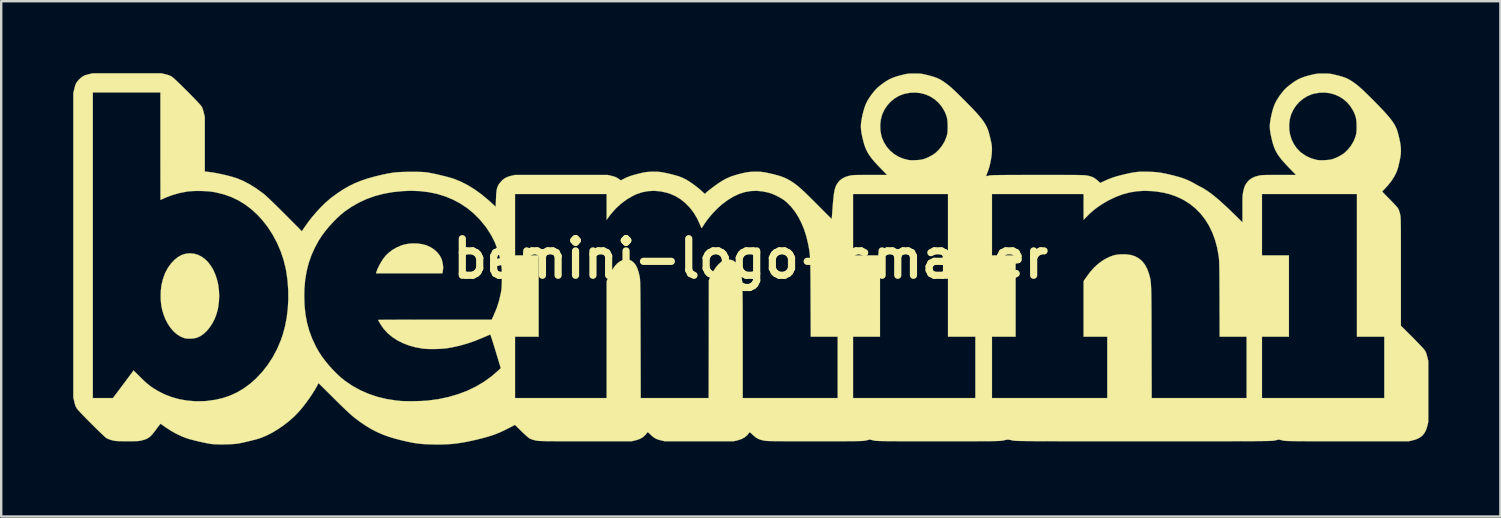
<source format=kicad_pcb>
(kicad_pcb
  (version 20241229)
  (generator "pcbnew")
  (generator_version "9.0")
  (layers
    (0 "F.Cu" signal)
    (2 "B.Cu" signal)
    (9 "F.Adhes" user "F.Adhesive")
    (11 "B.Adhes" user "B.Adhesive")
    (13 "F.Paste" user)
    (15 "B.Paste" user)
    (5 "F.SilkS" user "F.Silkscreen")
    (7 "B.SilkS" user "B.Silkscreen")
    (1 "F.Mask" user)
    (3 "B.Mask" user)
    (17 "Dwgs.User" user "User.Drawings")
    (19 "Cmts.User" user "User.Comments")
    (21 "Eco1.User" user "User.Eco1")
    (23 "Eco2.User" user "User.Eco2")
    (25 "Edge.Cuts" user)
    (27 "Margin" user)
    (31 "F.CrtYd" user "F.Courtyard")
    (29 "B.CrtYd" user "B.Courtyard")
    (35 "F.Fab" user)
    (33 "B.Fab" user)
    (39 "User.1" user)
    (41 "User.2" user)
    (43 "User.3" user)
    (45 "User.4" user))
  (footprint "bemini-logo-smaller"
    (layer "F.Cu")
    (at 28.221 7.729)
    (property "Reference" "bemini-logo-smaller" (at 0 0 0) (layer "F.SilkS") (effects (font (size 1.524 1.524) (thickness 0.3))))
    (attr through_hole)
    (fp_poly (pts (xy -13.871 -0.632) (xy -13.686 -0.607) (xy -13.519 -0.563) (xy -13.507 -0.558) (xy -13.338 -0.483) (xy -13.187 -0.385) (xy -13.057 -0.268) (xy -12.952 -0.136) (xy -12.877 0.006) (xy -12.876 0.009) (xy -12.852 0.085) (xy -12.832 0.175) (xy -12.817 0.268) (xy -12.809 0.353) (xy -12.811 0.418) (xy -12.811 0.422) (xy -12.821 0.485) (xy -12.83 0.544) (xy -12.84 0.605) (xy -15.605 0.605) (xy -15.593 0.566) (xy -15.542 0.428) (xy -15.471 0.28) (xy -15.389 0.132) (xy -15.3 -0.005) (xy -15.21 -0.12) (xy -15.204 -0.127) (xy -15.066 -0.259) (xy -14.904 -0.378) (xy -14.725 -0.479) (xy -14.538 -0.557) (xy -14.437 -0.588) (xy -14.257 -0.623) (xy -14.065 -0.637) (xy -13.871 -0.632)) (stroke (width 0.01) (type solid)) (fill yes) (layer "F.SilkS"))
    (fp_poly (pts (xy -23.182 -0.208) (xy -23.02 -0.16) (xy -22.868 -0.083) (xy -22.728 0.02) (xy -22.599 0.148) (xy -22.485 0.299) (xy -22.384 0.469) (xy -22.3 0.657) (xy -22.232 0.861) (xy -22.182 1.077) (xy -22.151 1.304) (xy -22.14 1.54) (xy -22.15 1.782) (xy -22.183 2.028) (xy -22.203 2.129) (xy -22.259 2.329) (xy -22.335 2.52) (xy -22.429 2.7) (xy -22.537 2.864) (xy -22.658 3.009) (xy -22.788 3.131) (xy -22.925 3.225) (xy -23.066 3.289) (xy -23.067 3.29) (xy -23.157 3.311) (xy -23.265 3.324) (xy -23.379 3.329) (xy -23.487 3.325) (xy -23.575 3.311) (xy -23.584 3.309) (xy -23.741 3.247) (xy -23.891 3.154) (xy -24.031 3.033) (xy -24.16 2.886) (xy -24.276 2.716) (xy -24.376 2.525) (xy -24.459 2.318) (xy -24.521 2.096) (xy -24.545 1.978) (xy -24.563 1.838) (xy -24.573 1.676) (xy -24.575 1.505) (xy -24.569 1.336) (xy -24.555 1.183) (xy -24.545 1.114) (xy -24.484 0.852) (xy -24.397 0.611) (xy -24.283 0.393) (xy -24.143 0.197) (xy -24.008 0.053) (xy -23.862 -0.066) (xy -23.711 -0.151) (xy -23.551 -0.204) (xy -23.381 -0.224) (xy -23.352 -0.225) (xy -23.182 -0.208)) (stroke (width 0.01) (type solid)) (fill yes) (layer "F.SilkS"))
    (fp_poly (pts (xy -24.365 -7.68) (xy -24.276 -7.657) (xy -24.211 -7.635) (xy -24.156 -7.609) (xy -24.101 -7.574) (xy -24.071 -7.552) (xy -24.032 -7.519) (xy -23.972 -7.465) (xy -23.896 -7.393) (xy -23.806 -7.306) (xy -23.706 -7.209) (xy -23.599 -7.103) (xy -23.489 -6.994) (xy -23.378 -6.883) (xy -23.271 -6.774) (xy -23.171 -6.671) (xy -23.08 -6.577) (xy -23.003 -6.495) (xy -22.943 -6.429) (xy -22.902 -6.382) (xy -22.891 -6.367) (xy -22.856 -6.312) (xy -22.828 -6.247) (xy -22.802 -6.163) (xy -22.784 -6.094) (xy -22.739 -5.907) (xy -22.739 -3.633) (xy -22.554 -3.612) (xy -22.41 -3.593) (xy -22.245 -3.564) (xy -22.07 -3.528) (xy -21.891 -3.488) (xy -21.718 -3.444) (xy -21.558 -3.4) (xy -21.421 -3.357) (xy -21.374 -3.34) (xy -21.129 -3.236) (xy -20.881 -3.107) (xy -20.628 -2.95) (xy -20.366 -2.763) (xy -20.277 -2.695) (xy -20.226 -2.652) (xy -20.153 -2.586) (xy -20.06 -2.5) (xy -19.951 -2.395) (xy -19.825 -2.274) (xy -19.687 -2.138) (xy -19.538 -1.99) (xy -19.399 -1.852) (xy -18.695 -1.144) (xy -18.589 -1.302) (xy -18.432 -1.524) (xy -18.26 -1.744) (xy -18.078 -1.957) (xy -17.891 -2.157) (xy -17.705 -2.339) (xy -17.524 -2.496) (xy -17.443 -2.56) (xy -17.197 -2.739) (xy -16.96 -2.894) (xy -16.726 -3.028) (xy -16.488 -3.144) (xy -16.24 -3.245) (xy -15.975 -3.335) (xy -15.686 -3.417) (xy -15.496 -3.464) (xy -15.314 -3.506) (xy -15.157 -3.539) (xy -15.017 -3.565) (xy -14.888 -3.585) (xy -14.76 -3.6) (xy -14.627 -3.609) (xy -14.481 -3.615) (xy -14.315 -3.618) (xy -14.151 -3.619) (xy -13.989 -3.619) (xy -13.857 -3.618) (xy -13.748 -3.616) (xy -13.659 -3.612) (xy -13.583 -3.607) (xy -13.516 -3.6) (xy -13.452 -3.591) (xy -13.434 -3.588) (xy -13.306 -3.565) (xy -13.16 -3.535) (xy -13.003 -3.5) (xy -12.844 -3.462) (xy -12.69 -3.423) (xy -12.549 -3.386) (xy -12.43 -3.351) (xy -12.372 -3.332) (xy -12.082 -3.216) (xy -11.79 -3.068) (xy -11.496 -2.887) (xy -11.204 -2.675) (xy -10.914 -2.434) (xy -10.833 -2.361) (xy -10.618 -2.163) (xy -10.607 -2.485) (xy -10.6 -2.641) (xy -10.596 -2.696) (xy -9.814 -2.696) (xy -9.814 -0.138) (xy -8.83 -0.138) (xy -8.83 3.248) (xy -9.814 3.248) (xy -9.814 5.806) (xy -5.996 5.806) (xy -5.996 0.938) (xy -5.943 0.81) (xy -5.878 0.666) (xy -5.803 0.527) (xy -5.722 0.4) (xy -5.641 0.29) (xy -5.562 0.204) (xy -5.53 0.176) (xy -5.44 0.111) (xy -5.358 0.07) (xy -5.27 0.049) (xy -5.174 0.044) (xy -5.1 0.045) (xy -5.048 0.051) (xy -5.006 0.064) (xy -4.962 0.088) (xy -4.949 0.096) (xy -4.861 0.168) (xy -4.784 0.267) (xy -4.72 0.396) (xy -4.666 0.555) (xy -4.622 0.746) (xy -4.618 0.769) (xy -4.614 0.794) (xy -4.611 0.824) (xy -4.607 0.861) (xy -4.605 0.907) (xy -4.602 0.963) (xy -4.6 1.032) (xy -4.598 1.114) (xy -4.596 1.212) (xy -4.594 1.328) (xy -4.592 1.462) (xy -4.591 1.618) (xy -4.59 1.796) (xy -4.589 1.999) (xy -4.588 2.228) (xy -4.587 2.485) (xy -4.586 2.771) (xy -4.585 3.089) (xy -4.584 3.365) (xy -4.578 5.806) (xy -1.746 5.806) (xy -1.741 3.348) (xy -1.737 0.89) (xy -1.648 0.706) (xy -1.548 0.517) (xy -1.447 0.361) (xy -1.344 0.238) (xy -1.237 0.145) (xy -1.125 0.081) (xy -1.006 0.046) (xy -0.947 0.038) (xy -0.827 0.044) (xy -0.721 0.08) (xy -0.627 0.147) (xy -0.547 0.245) (xy -0.479 0.374) (xy -0.424 0.534) (xy -0.381 0.726) (xy -0.35 0.95) (xy -0.346 0.994) (xy -0.343 1.04) (xy -0.341 1.119) (xy -0.339 1.231) (xy -0.337 1.373) (xy -0.335 1.545) (xy -0.333 1.744) (xy -0.332 1.971) (xy -0.331 2.224) (xy -0.33 2.501) (xy -0.329 2.801) (xy -0.328 3.123) (xy -0.328 3.465) (xy -0.328 3.495) (xy -0.328 5.806) (xy 3.629 5.806) (xy 3.629 3.248) (xy 2.508 3.248) (xy 2.501 1.62) (xy 2.499 1.335) (xy 2.498 1.082) (xy 2.497 0.859) (xy 2.495 0.662) (xy 2.493 0.49) (xy 2.491 0.34) (xy 2.488 0.21) (xy 2.484 0.096) (xy 2.48 -0.003) (xy 2.475 -0.09) (xy 2.469 -0.169) (xy 2.462 -0.24) (xy 2.453 -0.307) (xy 2.443 -0.372) (xy 2.432 -0.438) (xy 2.419 -0.507) (xy 2.405 -0.582) (xy 2.4 -0.605) (xy 2.328 -0.916) (xy 2.234 -1.211) (xy 2.121 -1.487) (xy 1.99 -1.742) (xy 1.843 -1.973) (xy 1.68 -2.178) (xy 1.503 -2.354) (xy 1.402 -2.437) (xy 1.293 -2.51) (xy 1.162 -2.584) (xy 1.021 -2.653) (xy 0.88 -2.712) (xy 0.751 -2.754) (xy 0.743 -2.756) (xy 0.487 -2.809) (xy 0.238 -2.83) (xy -0.005 -2.819) (xy -0.244 -2.776) (xy -0.481 -2.699) (xy -0.716 -2.59) (xy -0.951 -2.446) (xy -1.188 -2.269) (xy -1.218 -2.244) (xy -1.377 -2.101) (xy -1.536 -1.94) (xy -1.688 -1.767) (xy -1.826 -1.592) (xy -1.943 -1.422) (xy -1.973 -1.374) (xy -2.003 -1.325) (xy -2.028 -1.291) (xy -2.04 -1.279) (xy -2.05 -1.294) (xy -2.069 -1.333) (xy -2.094 -1.391) (xy -2.107 -1.421) (xy -2.227 -1.681) (xy -2.369 -1.918) (xy -2.532 -2.13) (xy -2.714 -2.317) (xy -2.913 -2.477) (xy -3.128 -2.608) (xy -3.357 -2.709) (xy -3.508 -2.756) (xy -3.77 -2.81) (xy -4.027 -2.83) (xy -4.278 -2.816) (xy -4.522 -2.769) (xy -4.761 -2.687) (xy -4.88 -2.632) (xy -5.141 -2.483) (xy -5.385 -2.304) (xy -5.611 -2.098) (xy -5.814 -1.868) (xy -5.899 -1.756) (xy -5.996 -1.621) (xy -5.996 -2.696) (xy -9.814 -2.696) (xy -10.596 -2.696) (xy -10.59 -2.768) (xy -10.576 -2.871) (xy -10.556 -2.956) (xy -10.528 -3.029) (xy -10.492 -3.095) (xy -10.446 -3.159) (xy -10.442 -3.165) (xy -10.341 -3.276) (xy -10.23 -3.358) (xy -10.102 -3.418) (xy -9.984 -3.452) (xy -9.817 -3.49) (xy -7.885 -3.49) (xy -5.953 -3.49) (xy -5.782 -3.449) (xy -5.686 -3.423) (xy -5.612 -3.396) (xy -5.548 -3.362) (xy -5.509 -3.335) (xy -5.406 -3.263) (xy -5.287 -3.325) (xy -5.191 -3.373) (xy -5.094 -3.414) (xy -4.986 -3.453) (xy -4.863 -3.491) (xy -4.715 -3.53) (xy -4.657 -3.545) (xy -4.54 -3.573) (xy -4.444 -3.594) (xy -4.36 -3.607) (xy -4.274 -3.616) (xy -4.177 -3.622) (xy -4.135 -3.624) (xy -4.019 -3.626) (xy -3.915 -3.625) (xy -3.816 -3.618) (xy -3.713 -3.606) (xy -3.6 -3.586) (xy -3.468 -3.558) (xy -3.318 -3.523) (xy -3.131 -3.474) (xy -2.972 -3.425) (xy -2.834 -3.371) (xy -2.709 -3.31) (xy -2.614 -3.255) (xy -2.492 -3.175) (xy -2.362 -3.083) (xy -2.235 -2.986) (xy -2.118 -2.892) (xy -2.028 -2.811) (xy -1.909 -2.699) (xy -1.832 -2.769) (xy -1.758 -2.831) (xy -1.665 -2.905) (xy -1.559 -2.986) (xy -1.45 -3.065) (xy -1.346 -3.139) (xy -1.277 -3.185) (xy -1.149 -3.264) (xy -1.03 -3.33) (xy -0.91 -3.386) (xy -0.783 -3.436) (xy -0.641 -3.482) (xy -0.475 -3.528) (xy -0.406 -3.545) (xy -0.289 -3.573) (xy -0.194 -3.594) (xy -0.109 -3.607) (xy -0.024 -3.616) (xy 0.074 -3.622) (xy 0.116 -3.624) (xy 0.233 -3.626) (xy 0.339 -3.625) (xy 0.44 -3.618) (xy 0.545 -3.605) (xy 0.661 -3.584) (xy 0.796 -3.555) (xy 0.927 -3.525) (xy 1.102 -3.48) (xy 1.249 -3.436) (xy 1.376 -3.39) (xy 1.49 -3.339) (xy 1.598 -3.282) (xy 1.608 -3.276) (xy 1.688 -3.228) (xy 1.765 -3.179) (xy 1.839 -3.127) (xy 1.916 -3.069) (xy 1.996 -3.003) (xy 2.084 -2.928) (xy 2.181 -2.839) (xy 2.291 -2.735) (xy 2.416 -2.614) (xy 2.559 -2.473) (xy 2.723 -2.31) (xy 2.74 -2.292) (xy 3.381 -1.65) (xy 3.42 -2.167) (xy 3.436 -2.363) (xy 3.452 -2.528) (xy 3.468 -2.666) (xy 3.472 -2.696) (xy 4.268 -2.696) (xy 4.268 -0.138) (xy 5.391 -0.138) (xy 5.391 3.248) (xy 4.268 3.248) (xy 4.268 5.806) (xy 9.365 5.806) (xy 9.365 3.248) (xy 8.225 3.248) (xy 8.225 -2.696) (xy 10.056 -2.696) (xy 10.056 -0.138) (xy 11.041 -0.138) (xy 11.041 3.248) (xy 10.056 3.248) (xy 10.056 5.806) (xy 14.86 5.806) (xy 14.86 3.248) (xy 13.875 3.248) (xy 13.875 0.934) (xy 13.972 0.791) (xy 14.137 0.567) (xy 14.305 0.375) (xy 14.48 0.213) (xy 14.663 0.078) (xy 14.857 -0.031) (xy 14.88 -0.042) (xy 15.007 -0.098) (xy 15.119 -0.137) (xy 15.231 -0.163) (xy 15.355 -0.178) (xy 15.448 -0.184) (xy 15.662 -0.182) (xy 15.856 -0.153) (xy 16.029 -0.095) (xy 16.181 -0.01) (xy 16.314 0.104) (xy 16.426 0.245) (xy 16.518 0.415) (xy 16.591 0.613) (xy 16.595 0.625) (xy 16.609 0.674) (xy 16.622 0.72) (xy 16.633 0.763) (xy 16.644 0.805) (xy 16.653 0.849) (xy 16.661 0.897) (xy 16.668 0.95) (xy 16.674 1.011) (xy 16.68 1.08) (xy 16.684 1.16) (xy 16.688 1.254) (xy 16.691 1.362) (xy 16.694 1.487) (xy 16.696 1.631) (xy 16.698 1.795) (xy 16.699 1.981) (xy 16.701 2.192) (xy 16.702 2.429) (xy 16.702 2.694) (xy 16.703 2.989) (xy 16.704 3.315) (xy 16.704 3.469) (xy 16.71 5.806) (xy 20.666 5.806) (xy 20.666 3.248) (xy 19.544 3.248) (xy 19.538 1.672) (xy 19.537 1.398) (xy 19.536 1.156) (xy 19.535 0.944) (xy 19.534 0.759) (xy 19.532 0.6) (xy 19.53 0.463) (xy 19.528 0.346) (xy 19.526 0.247) (xy 19.524 0.164) (xy 19.521 0.094) (xy 19.517 0.035) (xy 19.513 -0.016) (xy 19.509 -0.061) (xy 19.504 -0.102) (xy 19.501 -0.121) (xy 19.437 -0.469) (xy 19.347 -0.796) (xy 19.233 -1.102) (xy 19.094 -1.385) (xy 18.931 -1.646) (xy 18.746 -1.882) (xy 18.537 -2.094) (xy 18.307 -2.28) (xy 18.055 -2.44) (xy 17.927 -2.507) (xy 17.693 -2.61) (xy 17.453 -2.691) (xy 17.202 -2.753) (xy 16.932 -2.797) (xy 16.726 -2.818) (xy 16.409 -2.83) (xy 16.102 -2.812) (xy 15.802 -2.764) (xy 15.507 -2.686) (xy 15.213 -2.576) (xy 14.916 -2.433) (xy 14.704 -2.312) (xy 14.497 -2.179) (xy 14.312 -2.04) (xy 14.138 -1.888) (xy 14.052 -1.803) (xy 13.875 -1.625) (xy 13.875 -2.696) (xy 10.056 -2.696) (xy 8.225 -2.696) (xy 4.268 -2.696) (xy 3.472 -2.696) (xy 3.485 -2.781) (xy 3.505 -2.877) (xy 3.528 -2.957) (xy 3.554 -3.026) (xy 3.586 -3.088) (xy 3.621 -3.145) (xy 3.712 -3.255) (xy 3.818 -3.34) (xy 3.946 -3.405) (xy 4.09 -3.449) (xy 4.133 -3.459) (xy 4.172 -3.468) (xy 4.213 -3.474) (xy 4.257 -3.48) (xy 4.31 -3.483) (xy 4.376 -3.486) (xy 4.457 -3.488) (xy 4.559 -3.489) (xy 4.684 -3.49) (xy 4.837 -3.49) (xy 4.975 -3.49) (xy 5.691 -3.49) (xy 5.398 -3.788) (xy 5.246 -3.948) (xy 5.118 -4.091) (xy 5.012 -4.223) (xy 4.924 -4.348) (xy 4.852 -4.472) (xy 4.793 -4.598) (xy 4.744 -4.733) (xy 4.702 -4.879) (xy 4.693 -4.916) (xy 4.652 -5.088) (xy 4.622 -5.235) (xy 4.603 -5.365) (xy 4.596 -5.486) (xy 4.598 -5.57) (xy 5.399 -5.57) (xy 5.407 -5.352) (xy 5.444 -5.14) (xy 5.476 -5.032) (xy 5.561 -4.838) (xy 5.674 -4.66) (xy 5.813 -4.502) (xy 5.973 -4.366) (xy 6.153 -4.255) (xy 6.349 -4.171) (xy 6.557 -4.117) (xy 6.583 -4.112) (xy 6.667 -4.104) (xy 6.772 -4.102) (xy 6.889 -4.106) (xy 7.004 -4.114) (xy 7.107 -4.127) (xy 7.171 -4.139) (xy 7.285 -4.176) (xy 7.412 -4.231) (xy 7.538 -4.297) (xy 7.65 -4.367) (xy 7.703 -4.406) (xy 7.851 -4.548) (xy 7.981 -4.712) (xy 8.086 -4.891) (xy 8.162 -5.078) (xy 8.176 -5.127) (xy 8.192 -5.193) (xy 8.203 -5.259) (xy 8.209 -5.335) (xy 8.212 -5.429) (xy 8.213 -5.512) (xy 8.209 -5.668) (xy 8.196 -5.8) (xy 8.171 -5.917) (xy 8.133 -6.029) (xy 8.08 -6.146) (xy 8.069 -6.166) (xy 7.954 -6.352) (xy 7.816 -6.514) (xy 7.657 -6.651) (xy 7.482 -6.761) (xy 7.292 -6.844) (xy 7.09 -6.899) (xy 6.88 -6.923) (xy 6.664 -6.917) (xy 6.445 -6.879) (xy 6.348 -6.852) (xy 6.161 -6.776) (xy 5.987 -6.669) (xy 5.828 -6.537) (xy 5.69 -6.383) (xy 5.575 -6.21) (xy 5.487 -6.023) (xy 5.476 -5.992) (xy 5.423 -5.785) (xy 5.399 -5.57) (xy 4.598 -5.57) (xy 4.599 -5.605) (xy 4.613 -5.73) (xy 4.638 -5.869) (xy 4.673 -6.03) (xy 4.692 -6.108) (xy 4.744 -6.293) (xy 4.806 -6.455) (xy 4.884 -6.607) (xy 4.983 -6.761) (xy 5.043 -6.842) (xy 5.123 -6.946) (xy 5.194 -7.03) (xy 5.264 -7.102) (xy 5.342 -7.171) (xy 5.435 -7.246) (xy 5.495 -7.291) (xy 5.628 -7.385) (xy 5.757 -7.462) (xy 5.89 -7.525) (xy 6.038 -7.58) (xy 6.208 -7.63) (xy 6.255 -7.642) (xy 6.361 -7.668) (xy 6.444 -7.687) (xy 6.512 -7.7) (xy 6.577 -7.708) (xy 6.647 -7.712) (xy 6.732 -7.714) (xy 6.825 -7.714) (xy 6.934 -7.714) (xy 7.018 -7.712) (xy 7.088 -7.707) (xy 7.154 -7.698) (xy 7.225 -7.684) (xy 7.313 -7.663) (xy 7.376 -7.648) (xy 7.532 -7.607) (xy 7.661 -7.567) (xy 7.77 -7.527) (xy 7.867 -7.482) (xy 7.959 -7.429) (xy 8.024 -7.387) (xy 8.101 -7.335) (xy 8.174 -7.281) (xy 8.248 -7.224) (xy 8.324 -7.16) (xy 8.406 -7.087) (xy 8.498 -7.002) (xy 8.602 -6.902) (xy 8.722 -6.785) (xy 8.86 -6.647) (xy 8.961 -6.546) (xy 9.136 -6.368) (xy 9.288 -6.211) (xy 9.418 -6.071) (xy 9.529 -5.945) (xy 9.622 -5.831) (xy 9.7 -5.725) (xy 9.765 -5.625) (xy 9.819 -5.528) (xy 9.864 -5.43) (xy 9.902 -5.329) (xy 9.934 -5.222) (xy 9.96 -5.121) (xy 9.993 -4.988) (xy 10.017 -4.881) (xy 10.034 -4.794) (xy 10.046 -4.721) (xy 10.052 -4.653) (xy 10.055 -4.586) (xy 10.054 -4.511) (xy 10.051 -4.446) (xy 10.038 -4.291) (xy 10.012 -4.121) (xy 9.976 -3.946) (xy 9.932 -3.779) (xy 9.882 -3.629) (xy 9.859 -3.572) (xy 9.834 -3.509) (xy 9.82 -3.463) (xy 9.818 -3.441) (xy 9.821 -3.439) (xy 9.847 -3.443) (xy 9.895 -3.453) (xy 9.944 -3.465) (xy 9.965 -3.469) (xy 9.994 -3.472) (xy 10.033 -3.475) (xy 10.083 -3.478) (xy 10.148 -3.481) (xy 10.228 -3.483) (xy 10.325 -3.484) (xy 10.442 -3.486) (xy 10.58 -3.487) (xy 10.741 -3.488) (xy 10.928 -3.489) (xy 11.141 -3.489) (xy 11.383 -3.49) (xy 11.656 -3.49) (xy 11.961 -3.49) (xy 11.981 -3.49) (xy 12.281 -3.49) (xy 12.548 -3.49) (xy 12.785 -3.49) (xy 12.993 -3.49) (xy 13.175 -3.489) (xy 13.333 -3.489) (xy 13.469 -3.488) (xy 13.584 -3.487) (xy 13.681 -3.486) (xy 13.761 -3.484) (xy 13.828 -3.482) (xy 13.883 -3.479) (xy 13.927 -3.476) (xy 13.964 -3.473) (xy 13.994 -3.469) (xy 14.021 -3.465) (xy 14.046 -3.46) (xy 14.071 -3.454) (xy 14.072 -3.454) (xy 14.187 -3.423) (xy 14.28 -3.385) (xy 14.364 -3.334) (xy 14.451 -3.263) (xy 14.47 -3.246) (xy 14.567 -3.157) (xy 14.735 -3.236) (xy 14.873 -3.298) (xy 15.002 -3.35) (xy 15.134 -3.396) (xy 15.278 -3.439) (xy 15.445 -3.483) (xy 15.477 -3.491) (xy 15.649 -3.532) (xy 15.794 -3.564) (xy 15.921 -3.589) (xy 16.036 -3.606) (xy 16.145 -3.618) (xy 16.256 -3.624) (xy 16.377 -3.626) (xy 16.513 -3.625) (xy 16.545 -3.624) (xy 16.693 -3.619) (xy 16.824 -3.612) (xy 16.945 -3.601) (xy 17.065 -3.586) (xy 17.19 -3.564) (xy 17.327 -3.536) (xy 17.485 -3.499) (xy 17.623 -3.466) (xy 17.855 -3.403) (xy 18.059 -3.336) (xy 18.24 -3.263) (xy 18.405 -3.181) (xy 18.46 -3.15) (xy 18.538 -3.105) (xy 18.617 -3.061) (xy 18.685 -3.025) (xy 18.713 -3.011) (xy 18.848 -2.94) (xy 18.992 -2.851) (xy 19.147 -2.742) (xy 19.314 -2.613) (xy 19.496 -2.461) (xy 19.692 -2.286) (xy 19.907 -2.087) (xy 20.14 -1.861) (xy 20.169 -1.833) (xy 20.493 -1.514) (xy 20.493 -2.086) (xy 20.493 -2.243) (xy 20.493 -2.37) (xy 20.494 -2.472) (xy 20.496 -2.553) (xy 20.5 -2.618) (xy 20.504 -2.673) (xy 20.507 -2.696) (xy 21.305 -2.696) (xy 21.305 -0.138) (xy 22.428 -0.138) (xy 22.428 3.248) (xy 21.305 3.248) (xy 21.305 5.806) (xy 26.402 5.806) (xy 26.402 3.248) (xy 25.262 3.248) (xy 25.262 -2.696) (xy 21.305 -2.696) (xy 20.507 -2.696) (xy 20.511 -2.721) (xy 20.519 -2.767) (xy 20.53 -2.815) (xy 20.537 -2.845) (xy 20.56 -2.939) (xy 20.584 -3.01) (xy 20.611 -3.069) (xy 20.647 -3.128) (xy 20.658 -3.145) (xy 20.749 -3.255) (xy 20.856 -3.34) (xy 20.984 -3.405) (xy 21.127 -3.449) (xy 21.17 -3.459) (xy 21.209 -3.468) (xy 21.25 -3.474) (xy 21.294 -3.48) (xy 21.347 -3.483) (xy 21.413 -3.486) (xy 21.494 -3.488) (xy 21.596 -3.489) (xy 21.721 -3.49) (xy 21.874 -3.49) (xy 22.012 -3.49) (xy 22.728 -3.49) (xy 22.435 -3.788) (xy 22.283 -3.948) (xy 22.155 -4.091) (xy 22.049 -4.223) (xy 21.961 -4.348) (xy 21.889 -4.472) (xy 21.83 -4.598) (xy 21.781 -4.733) (xy 21.739 -4.879) (xy 21.73 -4.916) (xy 21.689 -5.088) (xy 21.659 -5.235) (xy 21.64 -5.365) (xy 21.633 -5.486) (xy 21.635 -5.577) (xy 22.436 -5.577) (xy 22.442 -5.368) (xy 22.478 -5.163) (xy 22.54 -4.967) (xy 22.629 -4.783) (xy 22.743 -4.615) (xy 22.881 -4.468) (xy 22.945 -4.415) (xy 23.136 -4.285) (xy 23.336 -4.189) (xy 23.546 -4.126) (xy 23.62 -4.112) (xy 23.704 -4.104) (xy 23.809 -4.102) (xy 23.926 -4.106) (xy 24.041 -4.114) (xy 24.144 -4.127) (xy 24.208 -4.139) (xy 24.322 -4.176) (xy 24.449 -4.231) (xy 24.575 -4.297) (xy 24.687 -4.367) (xy 24.74 -4.406) (xy 24.888 -4.548) (xy 25.018 -4.712) (xy 25.123 -4.891) (xy 25.199 -5.078) (xy 25.213 -5.127) (xy 25.229 -5.193) (xy 25.24 -5.259) (xy 25.246 -5.335) (xy 25.249 -5.429) (xy 25.25 -5.512) (xy 25.246 -5.668) (xy 25.233 -5.8) (xy 25.208 -5.917) (xy 25.17 -6.029) (xy 25.117 -6.146) (xy 25.106 -6.166) (xy 24.991 -6.352) (xy 24.853 -6.514) (xy 24.695 -6.651) (xy 24.519 -6.761) (xy 24.329 -6.844) (xy 24.127 -6.899) (xy 23.917 -6.923) (xy 23.701 -6.917) (xy 23.482 -6.879) (xy 23.385 -6.852) (xy 23.198 -6.776) (xy 23.024 -6.669) (xy 22.865 -6.537) (xy 22.727 -6.383) (xy 22.612 -6.21) (xy 22.524 -6.023) (xy 22.513 -5.992) (xy 22.459 -5.786) (xy 22.436 -5.577) (xy 21.635 -5.577) (xy 21.636 -5.605) (xy 21.65 -5.73) (xy 21.675 -5.869) (xy 21.71 -6.03) (xy 21.729 -6.108) (xy 21.781 -6.293) (xy 21.843 -6.455) (xy 21.921 -6.607) (xy 22.02 -6.761) (xy 22.08 -6.842) (xy 22.16 -6.946) (xy 22.231 -7.03) (xy 22.301 -7.102) (xy 22.379 -7.171) (xy 22.472 -7.246) (xy 22.532 -7.291) (xy 22.665 -7.385) (xy 22.794 -7.462) (xy 22.927 -7.525) (xy 23.075 -7.58) (xy 23.245 -7.63) (xy 23.292 -7.642) (xy 23.398 -7.668) (xy 23.481 -7.687) (xy 23.549 -7.7) (xy 23.614 -7.708) (xy 23.684 -7.712) (xy 23.769 -7.714) (xy 23.862 -7.714) (xy 23.971 -7.714) (xy 24.055 -7.712) (xy 24.125 -7.707) (xy 24.191 -7.698) (xy 24.262 -7.684) (xy 24.35 -7.663) (xy 24.413 -7.648) (xy 24.569 -7.607) (xy 24.698 -7.567) (xy 24.807 -7.527) (xy 24.904 -7.482) (xy 24.996 -7.429) (xy 25.061 -7.387) (xy 25.138 -7.335) (xy 25.211 -7.281) (xy 25.285 -7.224) (xy 25.361 -7.16) (xy 25.443 -7.087) (xy 25.535 -7.002) (xy 25.639 -6.902) (xy 25.759 -6.785) (xy 25.897 -6.647) (xy 25.998 -6.546) (xy 26.179 -6.362) (xy 26.336 -6.198) (xy 26.47 -6.052) (xy 26.584 -5.92) (xy 26.68 -5.801) (xy 26.76 -5.692) (xy 26.825 -5.589) (xy 26.877 -5.491) (xy 26.919 -5.395) (xy 26.953 -5.298) (xy 26.97 -5.236) (xy 27.017 -5.047) (xy 27.053 -4.884) (xy 27.078 -4.74) (xy 27.091 -4.608) (xy 27.095 -4.482) (xy 27.087 -4.354) (xy 27.068 -4.218) (xy 27.038 -4.067) (xy 26.998 -3.893) (xy 26.971 -3.786) (xy 26.911 -3.612) (xy 26.821 -3.43) (xy 26.702 -3.246) (xy 26.557 -3.062) (xy 26.455 -2.95) (xy 26.31 -2.798) (xy 26.612 -2.492) (xy 26.699 -2.403) (xy 26.781 -2.318) (xy 26.853 -2.241) (xy 26.911 -2.176) (xy 26.952 -2.128) (xy 26.967 -2.108) (xy 27.008 -2.029) (xy 27.044 -1.92) (xy 27.056 -1.869) (xy 27.062 -1.845) (xy 27.067 -1.822) (xy 27.071 -1.797) (xy 27.075 -1.769) (xy 27.078 -1.736) (xy 27.081 -1.696) (xy 27.083 -1.646) (xy 27.086 -1.586) (xy 27.087 -1.513) (xy 27.089 -1.425) (xy 27.09 -1.321) (xy 27.091 -1.199) (xy 27.092 -1.056) (xy 27.092 -0.891) (xy 27.093 -0.702) (xy 27.093 -0.488) (xy 27.093 -0.245) (xy 27.093 0.027) (xy 27.093 0.33) (xy 27.093 0.541) (xy 27.093 2.791) (xy 27.544 3.24) (xy 27.651 3.347) (xy 27.752 3.451) (xy 27.846 3.548) (xy 27.928 3.635) (xy 27.996 3.707) (xy 28.045 3.763) (xy 28.071 3.794) (xy 28.11 3.853) (xy 28.139 3.911) (xy 28.163 3.979) (xy 28.187 4.068) (xy 28.19 4.079) (xy 28.234 4.259) (xy 28.234 6.799) (xy 28.19 6.979) (xy 28.139 7.14) (xy 28.067 7.273) (xy 27.975 7.381) (xy 27.857 7.465) (xy 27.714 7.529) (xy 27.609 7.559) (xy 27.43 7.603) (xy 24.864 7.603) (xy 24.516 7.603) (xy 24.201 7.603) (xy 23.917 7.602) (xy 23.662 7.602) (xy 23.435 7.602) (xy 23.234 7.602) (xy 23.057 7.601) (xy 22.903 7.6) (xy 22.769 7.599) (xy 22.654 7.598) (xy 22.556 7.597) (xy 22.474 7.595) (xy 22.405 7.594) (xy 22.349 7.591) (xy 22.303 7.589) (xy 22.266 7.586) (xy 22.235 7.583) (xy 22.209 7.579) (xy 22.187 7.575) (xy 22.167 7.571) (xy 22.152 7.567) (xy 22.006 7.532) (xy 21.856 7.568) (xy 21.842 7.571) (xy 21.827 7.574) (xy 21.81 7.577) (xy 21.791 7.58) (xy 21.768 7.582) (xy 21.74 7.585) (xy 21.705 7.587) (xy 21.663 7.589) (xy 21.613 7.59) (xy 21.553 7.592) (xy 21.482 7.594) (xy 21.398 7.595) (xy 21.302 7.596) (xy 21.191 7.597) (xy 21.065 7.598) (xy 20.921 7.599) (xy 20.76 7.6) (xy 20.58 7.6) (xy 20.38 7.601) (xy 20.158 7.601) (xy 19.913 7.602) (xy 19.645 7.602) (xy 19.352 7.602) (xy 19.033 7.602) (xy 18.686 7.602) (xy 18.311 7.603) (xy 17.907 7.603) (xy 17.471 7.603) (xy 17.004 7.603) (xy 16.504 7.603) (xy 16.378 7.603) (xy 15.87 7.603) (xy 15.394 7.603) (xy 14.951 7.603) (xy 14.54 7.602) (xy 14.157 7.602) (xy 13.804 7.602) (xy 13.478 7.602) (xy 13.179 7.602) (xy 12.905 7.602) (xy 12.655 7.601) (xy 12.428 7.601) (xy 12.222 7.6) (xy 12.037 7.6) (xy 11.872 7.599) (xy 11.724 7.598) (xy 11.594 7.597) (xy 11.48 7.596) (xy 11.38 7.595) (xy 11.294 7.594) (xy 11.22 7.592) (xy 11.157 7.591) (xy 11.105 7.589) (xy 11.061 7.587) (xy 11.025 7.585) (xy 10.996 7.582) (xy 10.972 7.58) (xy 10.952 7.577) (xy 10.936 7.574) (xy 10.921 7.571) (xy 10.907 7.568) (xy 10.906 7.568) (xy 10.835 7.552) (xy 10.772 7.54) (xy 10.729 7.534) (xy 10.722 7.534) (xy 10.686 7.538) (xy 10.628 7.548) (xy 10.558 7.563) (xy 10.537 7.568) (xy 10.517 7.573) (xy 10.496 7.577) (xy 10.473 7.581) (xy 10.445 7.584) (xy 10.412 7.587) (xy 10.371 7.59) (xy 10.321 7.592) (xy 10.259 7.594) (xy 10.185 7.596) (xy 10.097 7.597) (xy 9.992 7.599) (xy 9.869 7.6) (xy 9.726 7.601) (xy 9.562 7.601) (xy 9.375 7.602) (xy 9.163 7.602) (xy 8.924 7.602) (xy 8.657 7.602) (xy 8.359 7.602) (xy 8.03 7.602) (xy 7.827 7.602) (xy 7.479 7.602) (xy 7.164 7.602) (xy 6.88 7.602) (xy 6.625 7.602) (xy 6.398 7.602) (xy 6.197 7.602) (xy 6.02 7.601) (xy 5.866 7.6) (xy 5.732 7.599) (xy 5.617 7.598) (xy 5.519 7.597) (xy 5.437 7.595) (xy 5.368 7.594) (xy 5.312 7.591) (xy 5.266 7.589) (xy 5.229 7.586) (xy 5.198 7.583) (xy 5.172 7.579) (xy 5.15 7.575) (xy 5.13 7.571) (xy 5.115 7.567) (xy 4.969 7.532) (xy 4.819 7.568) (xy 4.796 7.573) (xy 4.772 7.578) (xy 4.746 7.582) (xy 4.715 7.586) (xy 4.678 7.589) (xy 4.633 7.592) (xy 4.578 7.594) (xy 4.51 7.596) (xy 4.428 7.598) (xy 4.33 7.599) (xy 4.213 7.6) (xy 4.077 7.601) (xy 3.918 7.602) (xy 3.734 7.602) (xy 3.525 7.602) (xy 3.287 7.603) (xy 3.019 7.603) (xy 2.718 7.603) (xy 2.67 7.603) (xy 2.364 7.603) (xy 2.092 7.603) (xy 1.849 7.603) (xy 1.636 7.602) (xy 1.449 7.602) (xy 1.286 7.601) (xy 1.146 7.601) (xy 1.027 7.6) (xy 0.926 7.598) (xy 0.841 7.597) (xy 0.772 7.595) (xy 0.714 7.592) (xy 0.667 7.59) (xy 0.629 7.586) (xy 0.597 7.583) (xy 0.57 7.578) (xy 0.545 7.574) (xy 0.521 7.568) (xy 0.512 7.566) (xy 0.404 7.538) (xy 0.315 7.503) (xy 0.235 7.457) (xy 0.153 7.393) (xy 0.085 7.331) (xy 0.033 7.283) (xy -0.009 7.247) (xy -0.034 7.227) (xy -0.04 7.224) (xy -0.138 7.349) (xy -0.252 7.445) (xy -0.386 7.515) (xy -0.53 7.562) (xy -0.7 7.603) (xy -3.585 7.602) (xy -3.755 7.561) (xy -3.856 7.533) (xy -3.94 7.5) (xy -4.017 7.455) (xy -4.096 7.394) (xy -4.185 7.312) (xy -4.232 7.268) (xy -4.268 7.237) (xy -4.288 7.223) (xy -4.29 7.224) (xy -4.386 7.344) (xy -4.489 7.436) (xy -4.605 7.503) (xy -4.743 7.552) (xy -4.781 7.562) (xy -4.95 7.603) (xy -6.884 7.603) (xy -7.183 7.603) (xy -7.451 7.603) (xy -7.688 7.602) (xy -7.896 7.602) (xy -8.078 7.602) (xy -8.236 7.601) (xy -8.371 7.6) (xy -8.486 7.599) (xy -8.583 7.598) (xy -8.664 7.596) (xy -8.731 7.594) (xy -8.785 7.592) (xy -8.83 7.589) (xy -8.867 7.585) (xy -8.897 7.582) (xy -8.924 7.577) (xy -8.949 7.572) (xy -8.974 7.567) (xy -8.974 7.566) (xy -9.055 7.545) (xy -9.133 7.519) (xy -9.195 7.494) (xy -9.21 7.486) (xy -9.245 7.46) (xy -9.301 7.415) (xy -9.37 7.353) (xy -9.449 7.281) (xy -9.531 7.201) (xy -9.551 7.182) (xy -9.815 6.922) (xy -10.087 7.062) (xy -10.264 7.151) (xy -10.431 7.228) (xy -10.595 7.296) (xy -10.763 7.357) (xy -10.942 7.413) (xy -11.139 7.468) (xy -11.36 7.524) (xy -11.466 7.549) (xy -11.731 7.607) (xy -11.973 7.654) (xy -12.2 7.689) (xy -12.421 7.715) (xy -12.646 7.73) (xy -12.881 7.738) (xy -13.137 7.738) (xy -13.24 7.736) (xy -13.432 7.731) (xy -13.599 7.723) (xy -13.751 7.711) (xy -13.895 7.694) (xy -14.041 7.672) (xy -14.198 7.642) (xy -14.373 7.604) (xy -14.494 7.576) (xy -14.797 7.499) (xy -15.073 7.416) (xy -15.328 7.323) (xy -15.568 7.218) (xy -15.801 7.097) (xy -16.033 6.958) (xy -16.271 6.796) (xy -16.487 6.636) (xy -16.554 6.582) (xy -16.633 6.514) (xy -16.726 6.431) (xy -16.834 6.33) (xy -16.96 6.21) (xy -17.105 6.068) (xy -17.272 5.905) (xy -17.35 5.827) (xy -18.001 5.181) (xy -18.08 5.33) (xy -18.164 5.477) (xy -18.267 5.641) (xy -18.384 5.814) (xy -18.51 5.988) (xy -18.638 6.155) (xy -18.764 6.308) (xy -18.821 6.374) (xy -19.012 6.571) (xy -19.226 6.761) (xy -19.455 6.94) (xy -19.694 7.105) (xy -19.937 7.25) (xy -20.179 7.372) (xy -20.414 7.468) (xy -20.452 7.481) (xy -20.537 7.507) (xy -20.648 7.538) (xy -20.777 7.571) (xy -20.916 7.605) (xy -21.057 7.638) (xy -21.192 7.668) (xy -21.313 7.693) (xy -21.348 7.699) (xy -21.437 7.711) (xy -21.553 7.721) (xy -21.688 7.728) (xy -21.836 7.733) (xy -21.988 7.735) (xy -22.137 7.735) (xy -22.276 7.731) (xy -22.396 7.724) (xy -22.492 7.715) (xy -22.492 7.714) (xy -22.591 7.698) (xy -22.715 7.674) (xy -22.854 7.644) (xy -23.001 7.611) (xy -23.146 7.575) (xy -23.283 7.541) (xy -23.401 7.508) (xy -23.488 7.481) (xy -23.706 7.397) (xy -23.933 7.289) (xy -24.159 7.161) (xy -24.377 7.019) (xy -24.439 6.974) (xy -24.498 6.932) (xy -24.545 6.899) (xy -24.576 6.88) (xy -24.583 6.877) (xy -24.597 6.891) (xy -24.628 6.928) (xy -24.672 6.983) (xy -24.724 7.053) (xy -24.768 7.112) (xy -24.858 7.231) (xy -24.935 7.325) (xy -25.006 7.398) (xy -25.074 7.453) (xy -25.145 7.496) (xy -25.225 7.529) (xy -25.319 7.557) (xy -25.335 7.561) (xy -25.385 7.573) (xy -25.431 7.583) (xy -25.478 7.59) (xy -25.531 7.595) (xy -25.597 7.599) (xy -25.679 7.601) (xy -25.783 7.602) (xy -25.915 7.602) (xy -25.97 7.602) (xy -26.113 7.602) (xy -26.227 7.601) (xy -26.316 7.599) (xy -26.387 7.597) (xy -26.444 7.592) (xy -26.493 7.586) (xy -26.539 7.577) (xy -26.587 7.566) (xy -26.606 7.561) (xy -26.688 7.536) (xy -26.765 7.508) (xy -26.825 7.48) (xy -26.84 7.471) (xy -26.872 7.445) (xy -26.926 7.397) (xy -26.997 7.331) (xy -27.082 7.25) (xy -27.179 7.157) (xy -27.283 7.054) (xy -27.392 6.947) (xy -27.502 6.837) (xy -27.611 6.728) (xy -27.714 6.623) (xy -27.81 6.525) (xy -27.893 6.438) (xy -27.962 6.364) (xy -28.014 6.307) (xy -28.043 6.272) (xy -28.082 6.217) (xy -28.11 6.166) (xy -28.133 6.111) (xy -28.154 6.039) (xy -28.171 5.969) (xy -28.216 5.777) (xy -28.216 -6.9) (xy -28.21 -6.929) (xy -27.404 -6.929) (xy -27.404 5.806) (xy -26.566 5.806) (xy -26.135 5.231) (xy -25.705 4.657) (xy -25.427 4.933) (xy -25.294 5.063) (xy -25.176 5.171) (xy -25.064 5.264) (xy -24.953 5.347) (xy -24.834 5.425) (xy -24.701 5.505) (xy -24.675 5.52) (xy -24.399 5.658) (xy -24.103 5.77) (xy -23.792 5.855) (xy -23.47 5.911) (xy -23.138 5.938) (xy -22.803 5.936) (xy -22.653 5.926) (xy -22.31 5.879) (xy -21.985 5.804) (xy -21.678 5.7) (xy -21.386 5.565) (xy -21.108 5.399) (xy -20.841 5.202) (xy -20.607 4.994) (xy -20.349 4.721) (xy -20.116 4.424) (xy -19.909 4.106) (xy -19.728 3.766) (xy -19.575 3.408) (xy -19.492 3.17) (xy -19.398 2.827) (xy -19.327 2.465) (xy -19.281 2.088) (xy -19.259 1.702) (xy -19.26 1.555) (xy -18.597 1.555) (xy -18.584 1.945) (xy -18.546 2.315) (xy -18.48 2.667) (xy -18.387 3.005) (xy -18.265 3.332) (xy -18.115 3.651) (xy -17.982 3.888) (xy -17.865 4.066) (xy -17.725 4.254) (xy -17.569 4.444) (xy -17.401 4.629) (xy -17.23 4.803) (xy -17.06 4.958) (xy -16.908 5.081) (xy -16.594 5.294) (xy -16.262 5.477) (xy -15.914 5.63) (xy -15.55 5.752) (xy -15.168 5.845) (xy -14.769 5.907) (xy -14.583 5.926) (xy -14.484 5.931) (xy -14.358 5.935) (xy -14.213 5.936) (xy -14.058 5.935) (xy -13.9 5.932) (xy -13.747 5.928) (xy -13.608 5.921) (xy -13.49 5.914) (xy -13.443 5.909) (xy -13.005 5.85) (xy -12.588 5.762) (xy -12.19 5.647) (xy -11.813 5.505) (xy -11.456 5.334) (xy -11.121 5.137) (xy -10.806 4.911) (xy -10.512 4.659) (xy -10.487 4.635) (xy -10.407 4.56) (xy -10.619 3.857) (xy -10.664 3.708) (xy -10.707 3.57) (xy -10.746 3.446) (xy -10.78 3.34) (xy -10.808 3.255) (xy -10.829 3.195) (xy -10.842 3.162) (xy -10.845 3.157) (xy -10.865 3.165) (xy -10.911 3.184) (xy -10.978 3.213) (xy -11.061 3.248) (xy -11.139 3.282) (xy -11.482 3.421) (xy -11.811 3.535) (xy -12.134 3.626) (xy -12.457 3.696) (xy -12.622 3.725) (xy -12.756 3.741) (xy -12.912 3.753) (xy -13.079 3.76) (xy -13.249 3.763) (xy -13.412 3.761) (xy -13.559 3.753) (xy -13.661 3.743) (xy -13.949 3.692) (xy -14.222 3.617) (xy -14.478 3.519) (xy -14.714 3.401) (xy -14.927 3.262) (xy -15.115 3.106) (xy -15.275 2.932) (xy -15.303 2.895) (xy -15.341 2.843) (xy -15.383 2.78) (xy -15.426 2.713) (xy -15.465 2.649) (xy -15.495 2.596) (xy -15.513 2.56) (xy -15.516 2.55) (xy -15.5 2.549) (xy -15.45 2.548) (xy -15.37 2.547) (xy -15.261 2.545) (xy -15.126 2.544) (xy -14.966 2.544) (xy -14.783 2.543) (xy -14.579 2.542) (xy -14.357 2.541) (xy -14.118 2.541) (xy -13.864 2.54) (xy -13.598 2.54) (xy -13.32 2.54) (xy -13.152 2.54) (xy -10.787 2.54) (xy -10.7 2.354) (xy -10.573 2.05) (xy -10.472 1.73) (xy -10.4 1.406) (xy -10.383 1.296) (xy -10.373 1.203) (xy -10.366 1.085) (xy -10.362 0.95) (xy -10.36 0.806) (xy -10.361 0.661) (xy -10.365 0.523) (xy -10.371 0.402) (xy -10.38 0.304) (xy -10.382 0.285) (xy -10.447 -0.058) (xy -10.538 -0.38) (xy -10.656 -0.685) (xy -10.803 -0.976) (xy -10.98 -1.255) (xy -11.059 -1.364) (xy -11.288 -1.64) (xy -11.536 -1.889) (xy -11.804 -2.109) (xy -12.091 -2.3) (xy -12.395 -2.462) (xy -12.716 -2.596) (xy -13.054 -2.7) (xy -13.408 -2.774) (xy -13.777 -2.818) (xy -14.16 -2.831) (xy -14.514 -2.817) (xy -14.916 -2.775) (xy -15.295 -2.706) (xy -15.656 -2.611) (xy -15.998 -2.488) (xy -16.324 -2.337) (xy -16.637 -2.157) (xy -16.908 -1.971) (xy -17.07 -1.839) (xy -17.241 -1.682) (xy -17.412 -1.507) (xy -17.579 -1.322) (xy -17.735 -1.132) (xy -17.873 -0.944) (xy -17.982 -0.778) (xy -18.155 -0.462) (xy -18.299 -0.141) (xy -18.413 0.189) (xy -18.499 0.53) (xy -18.558 0.886) (xy -18.59 1.261) (xy -18.597 1.555) (xy -19.26 1.555) (xy -19.262 1.313) (xy -19.289 0.927) (xy -19.341 0.548) (xy -19.369 0.4) (xy -19.46 0.033) (xy -19.583 -0.326) (xy -19.734 -0.673) (xy -19.912 -1.005) (xy -20.115 -1.319) (xy -20.342 -1.61) (xy -20.54 -1.825) (xy -20.793 -2.059) (xy -21.06 -2.261) (xy -21.34 -2.432) (xy -21.637 -2.573) (xy -21.949 -2.683) (xy -22.28 -2.764) (xy -22.445 -2.793) (xy -22.562 -2.807) (xy -22.703 -2.816) (xy -22.858 -2.822) (xy -23.019 -2.824) (xy -23.175 -2.822) (xy -23.318 -2.815) (xy -23.438 -2.805) (xy -23.465 -2.801) (xy -23.771 -2.743) (xy -24.075 -2.658) (xy -24.365 -2.55) (xy -24.444 -2.514) (xy -24.505 -2.486) (xy -24.552 -2.465) (xy -24.579 -2.454) (xy -24.582 -2.454) (xy -24.582 -2.471) (xy -24.583 -2.52) (xy -24.584 -2.6) (xy -24.585 -2.708) (xy -24.585 -2.843) (xy -24.586 -3.002) (xy -24.586 -3.184) (xy -24.587 -3.386) (xy -24.587 -3.606) (xy -24.587 -3.843) (xy -24.588 -4.093) (xy -24.588 -4.356) (xy -24.588 -4.629) (xy -24.588 -4.691) (xy -24.588 -6.929) (xy -27.404 -6.929) (xy -28.21 -6.929) (xy -28.171 -7.09) (xy -28.147 -7.183) (xy -28.125 -7.251) (xy -28.1 -7.306) (xy -28.068 -7.357) (xy -28.051 -7.382) (xy -27.996 -7.447) (xy -27.927 -7.514) (xy -27.871 -7.561) (xy -27.813 -7.6) (xy -27.757 -7.63) (xy -27.691 -7.654) (xy -27.604 -7.677) (xy -27.589 -7.681) (xy -27.413 -7.724) (xy -24.545 -7.724) (xy -24.365 -7.68)) (stroke (width 0.01) (type solid)) (fill yes) (layer "F.SilkS")))
  (gr_rect
    (start -3 -3)
    (end 59.46 18.471)
    (stroke (width 0.1) (type default))
    (fill no)
    (layer "Edge.Cuts")))
</source>
